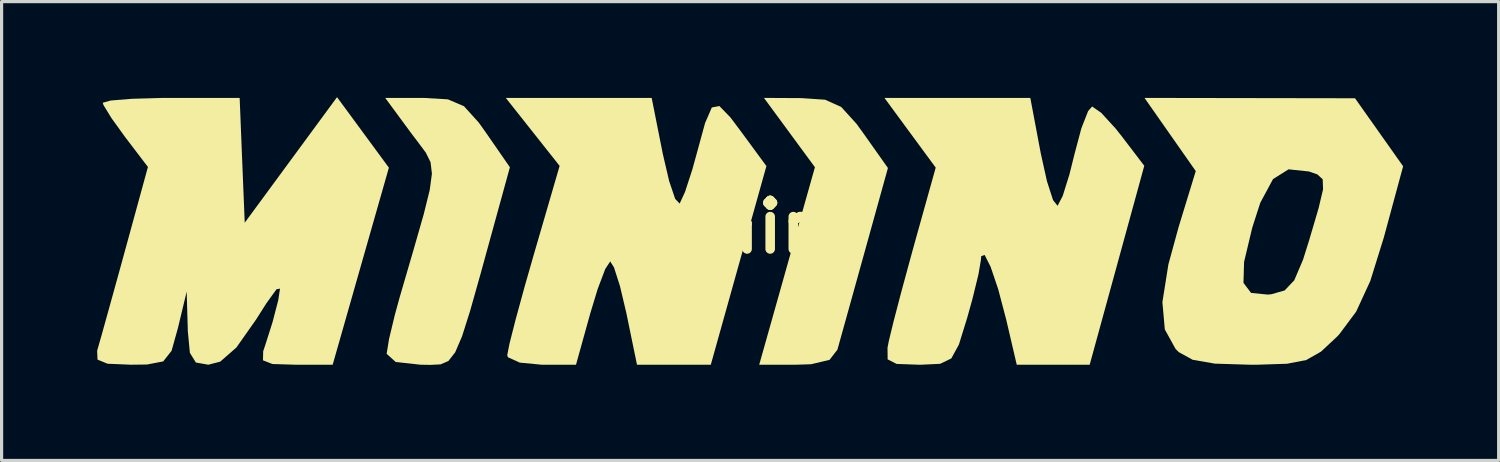
<source format=kicad_pcb>
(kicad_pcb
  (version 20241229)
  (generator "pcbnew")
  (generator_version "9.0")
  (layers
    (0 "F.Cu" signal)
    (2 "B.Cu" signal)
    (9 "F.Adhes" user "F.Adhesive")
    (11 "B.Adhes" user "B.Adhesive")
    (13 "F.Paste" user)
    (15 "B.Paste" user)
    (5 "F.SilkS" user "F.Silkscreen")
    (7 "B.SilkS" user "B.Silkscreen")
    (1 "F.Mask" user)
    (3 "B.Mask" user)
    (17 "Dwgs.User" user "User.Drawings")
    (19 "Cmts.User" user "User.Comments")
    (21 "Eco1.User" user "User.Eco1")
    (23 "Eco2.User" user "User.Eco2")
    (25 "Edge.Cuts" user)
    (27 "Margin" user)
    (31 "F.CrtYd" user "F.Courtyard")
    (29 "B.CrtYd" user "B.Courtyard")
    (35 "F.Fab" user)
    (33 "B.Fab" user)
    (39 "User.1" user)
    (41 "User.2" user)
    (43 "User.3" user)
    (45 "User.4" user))
  (footprint "minino"
    (layer "F.Cu")
    (at 20.44 4.077)
    (property "Reference" "minino" (at 0 0 0) (layer "F.SilkS") (effects (font (size 1.524 1.524) (thickness 0.3))))
    (attr board_only exclude_from_pos_files exclude_from_bom)
    (fp_poly (pts (xy 1.665 -4.047) (xy 2.415 -3.996) (xy 2.92 -3.768) (xy 3.399 -3.241) (xy 3.612 -2.947) (xy 4.386 -1.853) (xy 3.66 0.762) (xy 3.337 1.924) (xy 3.058 2.926) (xy 2.862 3.628) (xy 2.8 3.851) (xy 2.553 4.17) (xy 1.971 4.308) (xy 1.505 4.323) (xy 0.345 4.323) (xy 1.219 1.223) (xy 2.094 -1.877) (xy 1.294 -2.965) (xy 0.494 -4.053)) (stroke (width 0) (type solid)) (fill yes) (layer "F.SilkS"))
    (fp_poly (pts (xy -9.428 -4.008) (xy -8.924 -3.792) (xy -8.461 -3.281) (xy -8.236 -2.965) (xy -7.482 -1.876) (xy -7.945 -0.195) (xy -8.394 1.438) (xy -8.728 2.623) (xy -8.984 3.431) (xy -9.2 3.935) (xy -9.412 4.205) (xy -9.657 4.312) (xy -9.973 4.328) (xy -10.287 4.323) (xy -11.066 4.238) (xy -11.348 3.985) (xy -11.349 3.967) (xy -11.277 3.519) (xy -11.094 2.757) (xy -10.944 2.211) (xy -10.499 0.687) (xy -10.186 -0.407) (xy -9.999 -1.163) (xy -9.93 -1.675) (xy -9.973 -2.034) (xy -10.121 -2.334) (xy -10.369 -2.667) (xy -10.583 -2.949) (xy -11.396 -4.053) (xy -10.193 -4.053)) (stroke (width 0) (type solid)) (fill yes) (layer "F.SilkS"))
    (fp_poly (pts (xy -2.681 -2.293) (xy -2.482 -1.441) (xy -2.293 -0.883) (xy -2.154 -0.737) (xy -2.151 -0.739) (xy -1.984 -1.102) (xy -1.756 -1.802) (xy -1.619 -2.297) (xy -1.354 -3.266) (xy -1.143 -3.753) (xy -0.905 -3.798) (xy -0.56 -3.442) (xy -0.228 -3) (xy 0.571 -1.913) (xy -1.175 4.323) (xy -3.492 4.323) (xy -3.826 2.702) (xy -4.027 1.853) (xy -4.215 1.266) (xy -4.333 1.081) (xy -4.489 1.319) (xy -4.724 1.94) (xy -4.956 2.702) (xy -5.407 4.323) (xy -6.486 4.323) (xy -7.174 4.257) (xy -7.543 4.089) (xy -7.566 4.026) (xy -7.494 3.658) (xy -7.299 2.892) (xy -7.013 1.848) (xy -6.743 0.905) (xy -5.921 -1.919) (xy -7.611 -4.053) (xy -3.031 -4.053)) (stroke (width 0) (type solid)) (fill yes) (layer "F.SilkS"))
    (fp_poly (pts (xy 9.187 -2.299) (xy 9.38 -1.433) (xy 9.569 -0.846) (xy 9.712 -0.666) (xy 9.712 -0.666) (xy 9.873 -0.976) (xy 10.084 -1.65) (xy 10.242 -2.284) (xy 10.458 -3.096) (xy 10.671 -3.64) (xy 10.796 -3.783) (xy 11.08 -3.587) (xy 11.533 -3.093) (xy 11.724 -2.852) (xy 12.434 -1.922) (xy 11.577 1.201) (xy 10.72 4.323) (xy 8.43 4.323) (xy 8.099 2.905) (xy 7.848 1.953) (xy 7.61 1.249) (xy 7.421 0.876) (xy 7.315 0.916) (xy 7.304 1.039) (xy 7.228 1.488) (xy 7.04 2.256) (xy 6.871 2.863) (xy 6.614 3.691) (xy 6.376 4.126) (xy 6.024 4.295) (xy 5.428 4.323) (xy 5.351 4.323) (xy 4.659 4.298) (xy 4.377 4.155) (xy 4.373 3.788) (xy 4.414 3.58) (xy 4.558 2.985) (xy 4.805 2.039) (xy 5.111 0.914) (xy 5.229 0.486) (xy 5.886 -1.865) (xy 5.081 -2.959) (xy 4.277 -4.053) (xy 8.856 -4.053)) (stroke (width 0) (type solid)) (fill yes) (layer "F.SilkS"))
    (fp_poly (pts (xy 19.05 -4.042) (xy 19.805 -2.975) (xy 20.56 -1.907) (xy 19.954 0.33) (xy 19.531 1.69) (xy 19.086 2.657) (xy 18.551 3.374) (xy 18.483 3.445) (xy 17.982 3.912) (xy 17.519 4.176) (xy 16.913 4.293) (xy 15.983 4.323) (xy 15.741 4.323) (xy 14.648 4.289) (xy 13.953 4.168) (xy 13.519 3.929) (xy 13.417 3.829) (xy 13.079 3.216) (xy 13.003 2.358) (xy 13.099 1.754) (xy 15.548 1.754) (xy 15.788 2.07) (xy 16.311 2.121) (xy 16.426 2.11) (xy 16.841 1.991) (xy 17.143 1.672) (xy 17.418 1.026) (xy 17.613 0.405) (xy 17.906 -0.589) (xy 18.047 -1.184) (xy 18.035 -1.498) (xy 17.871 -1.65) (xy 17.602 -1.744) (xy 16.964 -1.811) (xy 16.476 -1.505) (xy 16.076 -0.762) (xy 15.824 0.019) (xy 15.567 1.096) (xy 15.548 1.754) (xy 13.099 1.754) (xy 13.191 1.173) (xy 13.512 0) (xy 14.05 -1.756) (xy 13.245 -2.905) (xy 12.441 -4.053)) (stroke (width 0) (type solid)) (fill yes) (layer "F.SilkS"))
    (fp_poly (pts (xy -12.095 -2.97) (xy -11.281 -1.863) (xy -12.164 1.23) (xy -13.046 4.323) (xy -14.218 4.323) (xy -14.937 4.301) (xy -15.234 4.185) (xy -15.227 3.898) (xy -15.165 3.715) (xy -14.934 2.988) (xy -14.754 2.297) (xy -14.699 1.934) (xy -14.81 1.955) (xy -15.125 2.392) (xy -15.451 2.905) (xy -16.068 3.782) (xy -16.577 4.227) (xy -16.95 4.323) (xy -17.341 4.254) (xy -17.529 3.95) (xy -17.594 3.265) (xy -17.596 3.175) (xy -17.629 2.027) (xy -17.905 3.175) (xy -18.103 3.885) (xy -18.366 4.219) (xy -18.875 4.317) (xy -19.377 4.323) (xy -20.114 4.292) (xy -20.429 4.162) (xy -20.44 3.881) (xy -20.431 3.851) (xy -20.301 3.397) (xy -20.068 2.56) (xy -19.768 1.477) (xy -19.567 0.746) (xy -18.846 -1.885) (xy -19.556 -2.816) (xy -19.99 -3.418) (xy -20.241 -3.828) (xy -20.266 -3.9) (xy -20.017 -3.971) (xy -19.356 -4.025) (xy -18.411 -4.052) (xy -18.116 -4.053) (xy -15.966 -4.053) (xy -15.887 -2.094) (xy -15.807 -0.135) (xy -14.358 -2.106) (xy -12.909 -4.077)) (stroke (width 0) (type solid)) (fill yes) (layer "F.SilkS")))
  (gr_rect
    (start -3 -3)
    (end 43.999 11.405)
    (stroke (width 0.1) (type default))
    (fill no)
    (layer "Edge.Cuts")))
</source>
